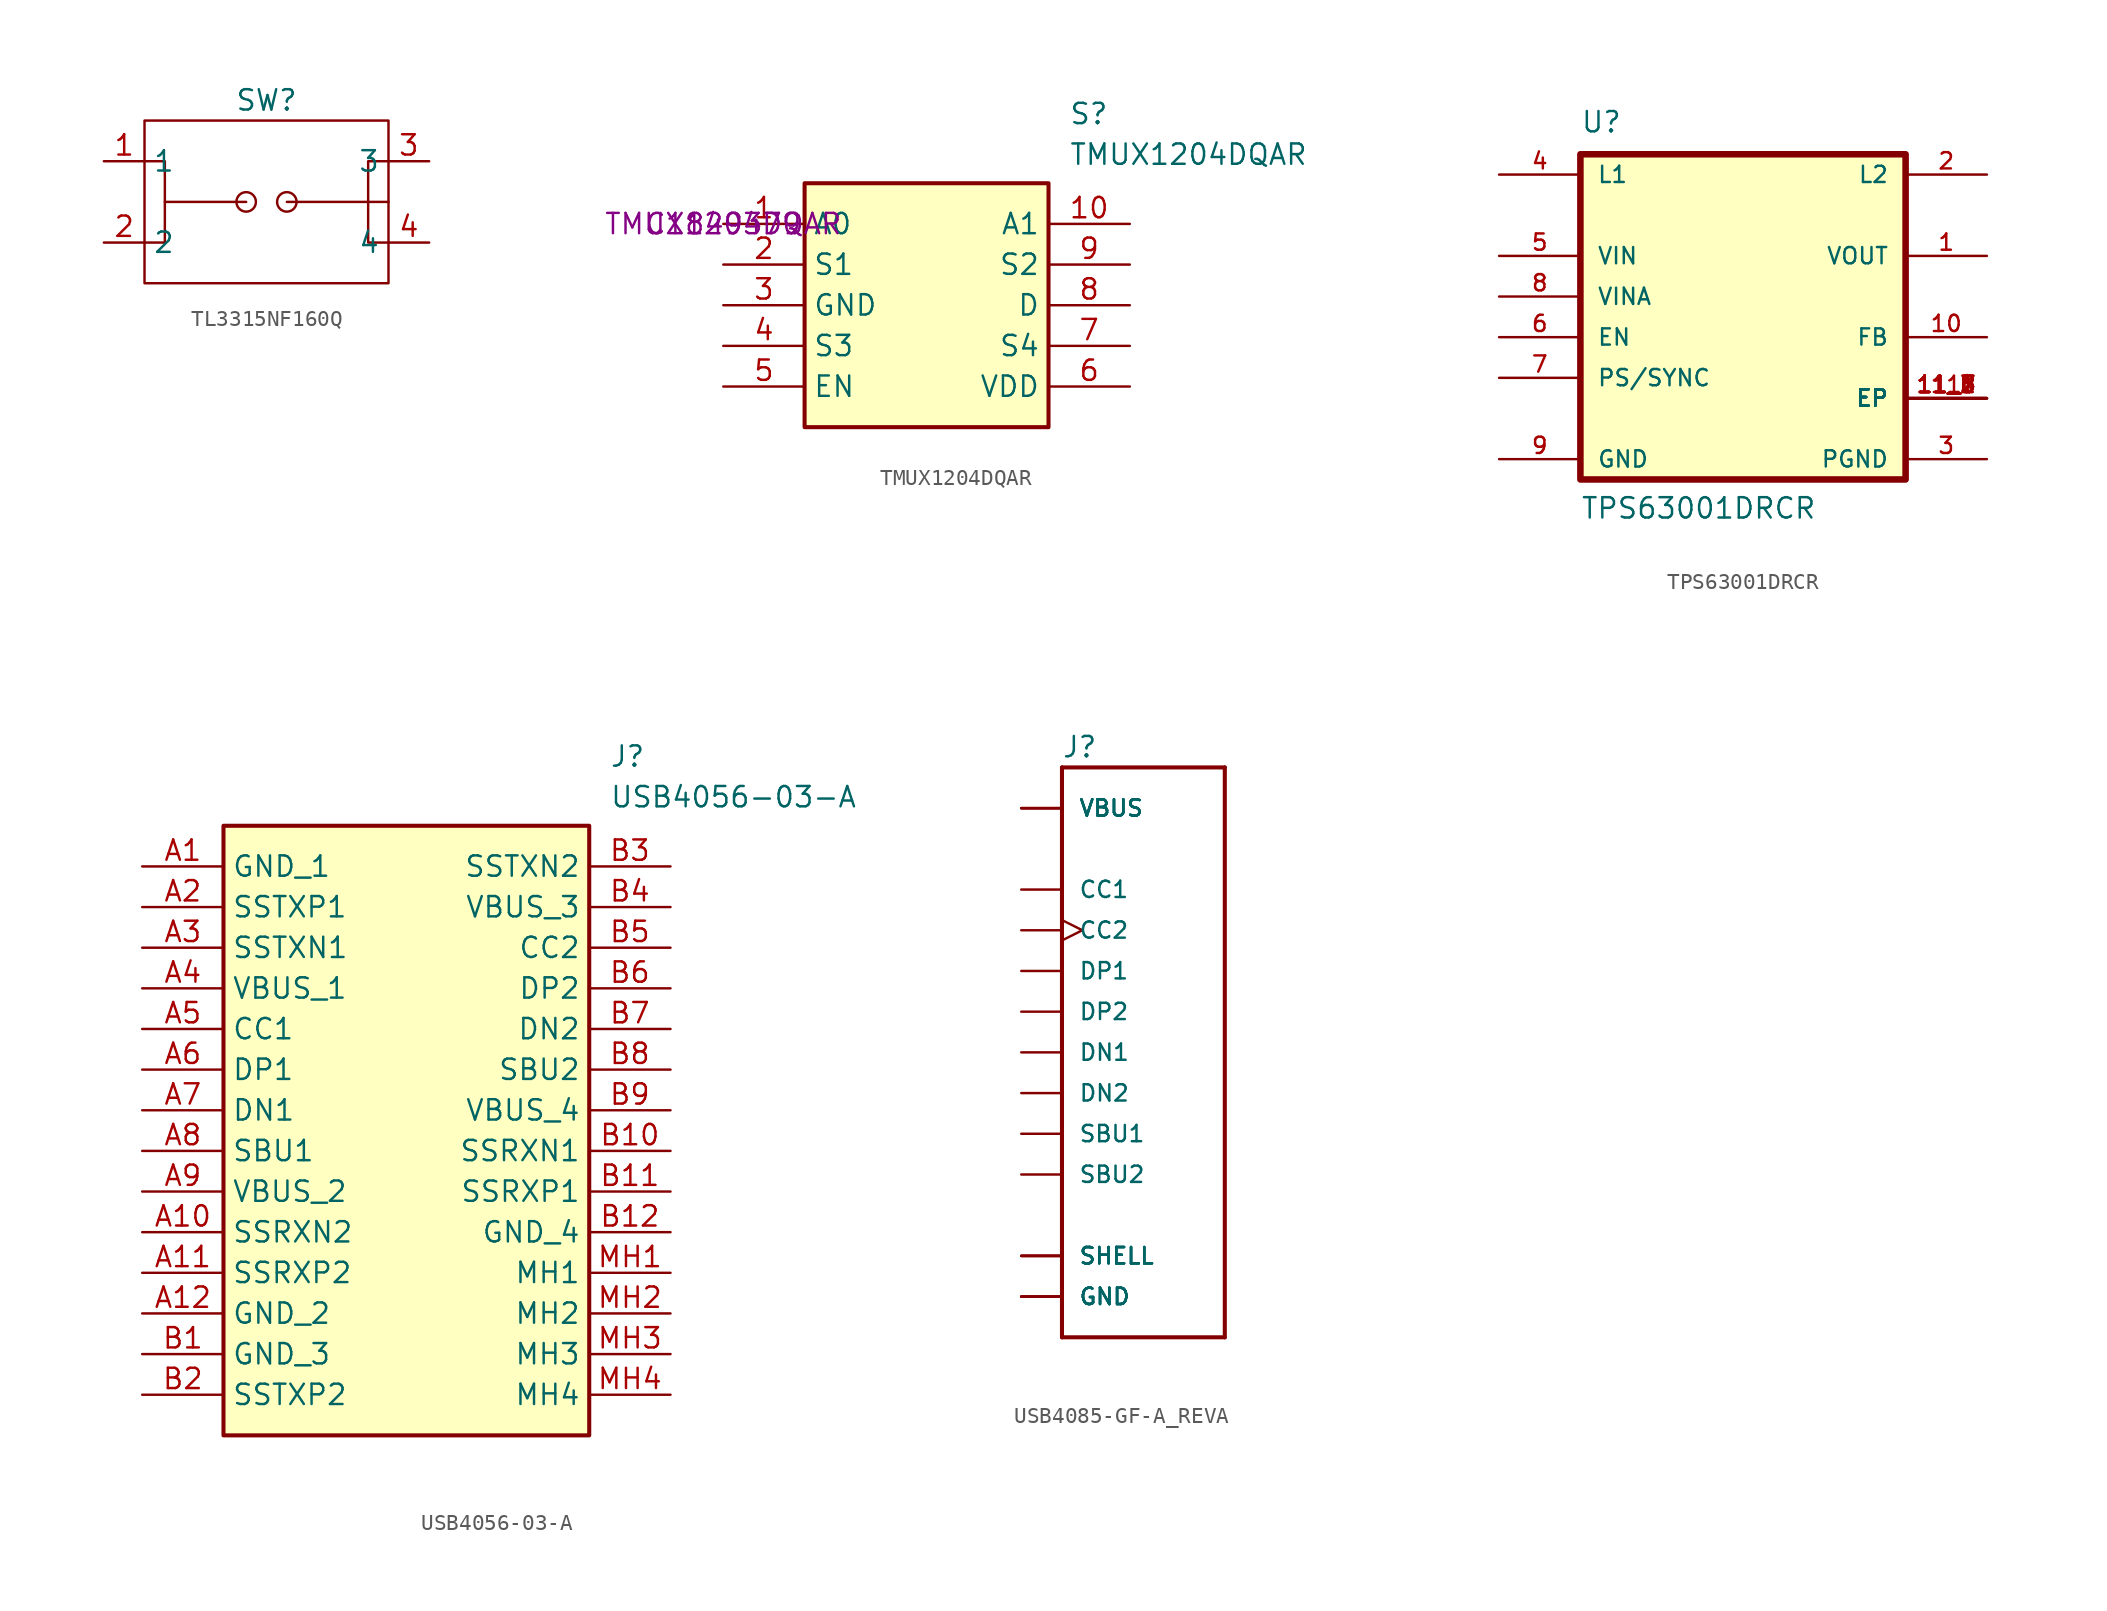
<source format=kicad_sym>
(kicad_symbol_lib
  (version 20241209)
  (generator "kicad_symbol_editor")
  (generator_version "9.0")
  (symbol "TL3315NF160Q"
    (property "Reference" "SW"
      (at 0 6.35 0)
      (effects (font (size 1.27 1.27))))
    (symbol "TL3315NF160Q_0_1"
      (rectangle (start -7.62 5.08) (end 7.62 -5.08) (stroke (width 0) (type default)) (fill (type none)))
      (polyline (pts (xy -7.62 2.54) (xy -6.35 2.54) (xy -6.35 0) (xy -6.35 -2.54) (xy -7.62 -2.54)) (stroke (width 0) (type default)) (fill (type none)))
      (polyline (pts (xy -6.35 0) (xy -1.27 0)) (stroke (width 0) (type default)) (fill (type none)))
      (circle (center -1.27 0) (radius 0.609) (stroke (width 0) (type default)) (fill (type none)))
      (polyline (pts (xy 1.27 0) (xy 7.62 0)) (stroke (width 0) (type default)) (fill (type none)))
      (circle (center 1.27 0) (radius 0.609) (stroke (width 0) (type default)) (fill (type none)))
      (polyline (pts (xy 7.62 2.54) (xy 6.35 2.54) (xy 6.35 0) (xy 6.35 -2.54) (xy 7.62 -2.54)) (stroke (width 0) (type default)) (fill (type none))))
    (symbol "TL3315NF160Q_1_1"
      (pin input line (at -10.16 2.54 0) (length 2.54) (name "1" (effects (font (size 1.27 1.27)))) (number "1" (effects (font (size 1.27 1.27)))))
      (pin input line (at -10.16 -2.54 0) (length 2.54) (name "2" (effects (font (size 1.27 1.27)))) (number "2" (effects (font (size 1.27 1.27)))))
      (pin input line (at 10.16 2.54 180) (length 2.54) (name "3" (effects (font (size 1.27 1.27)))) (number "3" (effects (font (size 1.27 1.27)))))
      (pin input line (at 10.16 -2.54 180) (length 2.54) (name "4" (effects (font (size 1.27 1.27)))) (number "4" (effects (font (size 1.27 1.27)))))))
  (symbol "TMUX1204DQAR"
    (property "Reference" "S"
      (at 21.59 7.62 0)
      (effects (font (size 1.27 1.27)) (justify left top)))
    (property "Value" "TMUX1204DQAR"
      (at 21.59 5.08 0)
      (effects (font (size 1.27 1.27)) (justify left top)))
    (property "MPN" "TMUX1204DQAR"
      (at 0 0 0)
      (effects (font (size 1.27 1.27))))
    (property "LCSC" "C1849379"
      (at 0 0 0)
      (effects (font (size 1.27 1.27))))
    (symbol "TMUX1204DQAR_1_1"
      (rectangle (start 5.08 2.54) (end 20.32 -12.7) (stroke (width 0.254) (type default)) (fill (type background)))
      (pin passive line (at 0 0 0) (length 5.08) (name "A0" (effects (font (size 1.27 1.27)))) (number "1" (effects (font (size 1.27 1.27)))))
      (pin passive line (at 0 -2.54 0) (length 5.08) (name "S1" (effects (font (size 1.27 1.27)))) (number "2" (effects (font (size 1.27 1.27)))))
      (pin passive line (at 0 -5.08 0) (length 5.08) (name "GND" (effects (font (size 1.27 1.27)))) (number "3" (effects (font (size 1.27 1.27)))))
      (pin passive line (at 0 -7.62 0) (length 5.08) (name "S3" (effects (font (size 1.27 1.27)))) (number "4" (effects (font (size 1.27 1.27)))))
      (pin passive line (at 0 -10.16 0) (length 5.08) (name "EN" (effects (font (size 1.27 1.27)))) (number "5" (effects (font (size 1.27 1.27)))))
      (pin passive line (at 25.4 0 180) (length 5.08) (name "A1" (effects (font (size 1.27 1.27)))) (number "10" (effects (font (size 1.27 1.27)))))
      (pin passive line (at 25.4 -2.54 180) (length 5.08) (name "S2" (effects (font (size 1.27 1.27)))) (number "9" (effects (font (size 1.27 1.27)))))
      (pin passive line (at 25.4 -5.08 180) (length 5.08) (name "D" (effects (font (size 1.27 1.27)))) (number "8" (effects (font (size 1.27 1.27)))))
      (pin passive line (at 25.4 -7.62 180) (length 5.08) (name "S4" (effects (font (size 1.27 1.27)))) (number "7" (effects (font (size 1.27 1.27)))))
      (pin passive line (at 25.4 -10.16 180) (length 5.08) (name "VDD" (effects (font (size 1.27 1.27)))) (number "6" (effects (font (size 1.27 1.27)))))))
  (symbol "TPS63001DRCR"
    (pin_names
      (offset 1.016))
    (property "Reference" "U"
      (at -10.16 10.16 0)
      (effects (font (size 1.27 1.27)) (justify left bottom)))
    (property "Value" "TPS63001DRCR"
      (at -10.16 -13.97 0)
      (effects (font (size 1.27 1.27)) (justify left bottom)))
    (symbol "TPS63001DRCR_0_0"
      (rectangle (start -10.16 8.89) (end 10.16 -11.43) (stroke (width 0.41) (type default)) (fill (type background)))
      (pin input line (at -15.24 7.62 0) (length 5.08) (name "L1" (effects (font (size 1.016 1.016)))) (number "4" (effects (font (size 1.016 1.016)))))
      (pin input line (at -15.24 2.54 0) (length 5.08) (name "VIN" (effects (font (size 1.016 1.016)))) (number "5" (effects (font (size 1.016 1.016)))))
      (pin input line (at -15.24 0 0) (length 5.08) (name "VINA" (effects (font (size 1.016 1.016)))) (number "8" (effects (font (size 1.016 1.016)))))
      (pin input line (at -15.24 -2.54 0) (length 5.08) (name "EN" (effects (font (size 1.016 1.016)))) (number "6" (effects (font (size 1.016 1.016)))))
      (pin input line (at -15.24 -5.08 0) (length 5.08) (name "PS/SYNC" (effects (font (size 1.016 1.016)))) (number "7" (effects (font (size 1.016 1.016)))))
      (pin power_in line (at -15.24 -10.16 0) (length 5.08) (name "GND" (effects (font (size 1.016 1.016)))) (number "9" (effects (font (size 1.016 1.016)))))
      (pin input line (at 15.24 7.62 180) (length 5.08) (name "L2" (effects (font (size 1.016 1.016)))) (number "2" (effects (font (size 1.016 1.016)))))
      (pin output line (at 15.24 2.54 180) (length 5.08) (name "VOUT" (effects (font (size 1.016 1.016)))) (number "1" (effects (font (size 1.016 1.016)))))
      (pin input line (at 15.24 -2.54 180) (length 5.08) (name "FB" (effects (font (size 1.016 1.016)))) (number "10" (effects (font (size 1.016 1.016)))))
      (pin power_in line (at 15.24 -6.35 180) (length 5.08) (name "EP" (effects (font (size 1.016 1.016)))) (number "11" (effects (font (size 1.016 1.016)))))
      (pin power_in line (at 15.24 -6.35 180) (length 5.08) (name "EP" (effects (font (size 1.016 1.016)))) (number "11_1" (effects (font (size 1.016 1.016)))))
      (pin power_in line (at 15.24 -6.35 180) (length 5.08) (name "EP" (effects (font (size 1.016 1.016)))) (number "11_2" (effects (font (size 1.016 1.016)))))
      (pin power_in line (at 15.24 -6.35 180) (length 5.08) (name "EP" (effects (font (size 1.016 1.016)))) (number "11_3" (effects (font (size 1.016 1.016)))))
      (pin power_in line (at 15.24 -6.35 180) (length 5.08) (name "EP" (effects (font (size 1.016 1.016)))) (number "11_4" (effects (font (size 1.016 1.016)))))
      (pin power_in line (at 15.24 -6.35 180) (length 5.08) (name "EP" (effects (font (size 1.016 1.016)))) (number "11_5" (effects (font (size 1.016 1.016)))))
      (pin power_in line (at 15.24 -6.35 180) (length 5.08) (name "EP" (effects (font (size 1.016 1.016)))) (number "11_6" (effects (font (size 1.016 1.016)))))
      (pin power_in line (at 15.24 -6.35 180) (length 5.08) (name "EP" (effects (font (size 1.016 1.016)))) (number "11_7" (effects (font (size 1.016 1.016)))))
      (pin power_in line (at 15.24 -6.35 180) (length 5.08) (name "EP" (effects (font (size 1.016 1.016)))) (number "11_8" (effects (font (size 1.016 1.016)))))
      (pin power_in line (at 15.24 -10.16 180) (length 5.08) (name "PGND" (effects (font (size 1.016 1.016)))) (number "3" (effects (font (size 1.016 1.016)))))))
  (symbol "USB4056-03-A"
    (property "Reference" "J"
      (at 29.21 7.62 0)
      (effects (font (size 1.27 1.27)) (justify left top)))
    (property "Value" "USB4056-03-A"
      (at 29.21 5.08 0)
      (effects (font (size 1.27 1.27)) (justify left top)))
    (symbol "USB4056-03-A_1_1"
      (rectangle (start 5.08 2.54) (end 27.94 -35.56) (stroke (width 0.254) (type default)) (fill (type background)))
      (pin passive line (at 0 0 0) (length 5.08) (name "GND_1" (effects (font (size 1.27 1.27)))) (number "A1" (effects (font (size 1.27 1.27)))))
      (pin passive line (at 0 -2.54 0) (length 5.08) (name "SSTXP1" (effects (font (size 1.27 1.27)))) (number "A2" (effects (font (size 1.27 1.27)))))
      (pin passive line (at 0 -5.08 0) (length 5.08) (name "SSTXN1" (effects (font (size 1.27 1.27)))) (number "A3" (effects (font (size 1.27 1.27)))))
      (pin passive line (at 0 -7.62 0) (length 5.08) (name "VBUS_1" (effects (font (size 1.27 1.27)))) (number "A4" (effects (font (size 1.27 1.27)))))
      (pin passive line (at 0 -10.16 0) (length 5.08) (name "CC1" (effects (font (size 1.27 1.27)))) (number "A5" (effects (font (size 1.27 1.27)))))
      (pin passive line (at 0 -12.7 0) (length 5.08) (name "DP1" (effects (font (size 1.27 1.27)))) (number "A6" (effects (font (size 1.27 1.27)))))
      (pin passive line (at 0 -15.24 0) (length 5.08) (name "DN1" (effects (font (size 1.27 1.27)))) (number "A7" (effects (font (size 1.27 1.27)))))
      (pin passive line (at 0 -17.78 0) (length 5.08) (name "SBU1" (effects (font (size 1.27 1.27)))) (number "A8" (effects (font (size 1.27 1.27)))))
      (pin passive line (at 0 -20.32 0) (length 5.08) (name "VBUS_2" (effects (font (size 1.27 1.27)))) (number "A9" (effects (font (size 1.27 1.27)))))
      (pin passive line (at 0 -22.86 0) (length 5.08) (name "SSRXN2" (effects (font (size 1.27 1.27)))) (number "A10" (effects (font (size 1.27 1.27)))))
      (pin passive line (at 0 -25.4 0) (length 5.08) (name "SSRXP2" (effects (font (size 1.27 1.27)))) (number "A11" (effects (font (size 1.27 1.27)))))
      (pin passive line (at 0 -27.94 0) (length 5.08) (name "GND_2" (effects (font (size 1.27 1.27)))) (number "A12" (effects (font (size 1.27 1.27)))))
      (pin passive line (at 0 -30.48 0) (length 5.08) (name "GND_3" (effects (font (size 1.27 1.27)))) (number "B1" (effects (font (size 1.27 1.27)))))
      (pin passive line (at 0 -33.02 0) (length 5.08) (name "SSTXP2" (effects (font (size 1.27 1.27)))) (number "B2" (effects (font (size 1.27 1.27)))))
      (pin passive line (at 33.02 0 180) (length 5.08) (name "SSTXN2" (effects (font (size 1.27 1.27)))) (number "B3" (effects (font (size 1.27 1.27)))))
      (pin passive line (at 33.02 -2.54 180) (length 5.08) (name "VBUS_3" (effects (font (size 1.27 1.27)))) (number "B4" (effects (font (size 1.27 1.27)))))
      (pin passive line (at 33.02 -5.08 180) (length 5.08) (name "CC2" (effects (font (size 1.27 1.27)))) (number "B5" (effects (font (size 1.27 1.27)))))
      (pin passive line (at 33.02 -7.62 180) (length 5.08) (name "DP2" (effects (font (size 1.27 1.27)))) (number "B6" (effects (font (size 1.27 1.27)))))
      (pin passive line (at 33.02 -10.16 180) (length 5.08) (name "DN2" (effects (font (size 1.27 1.27)))) (number "B7" (effects (font (size 1.27 1.27)))))
      (pin passive line (at 33.02 -12.7 180) (length 5.08) (name "SBU2" (effects (font (size 1.27 1.27)))) (number "B8" (effects (font (size 1.27 1.27)))))
      (pin passive line (at 33.02 -15.24 180) (length 5.08) (name "VBUS_4" (effects (font (size 1.27 1.27)))) (number "B9" (effects (font (size 1.27 1.27)))))
      (pin passive line (at 33.02 -17.78 180) (length 5.08) (name "SSRXN1" (effects (font (size 1.27 1.27)))) (number "B10" (effects (font (size 1.27 1.27)))))
      (pin passive line (at 33.02 -20.32 180) (length 5.08) (name "SSRXP1" (effects (font (size 1.27 1.27)))) (number "B11" (effects (font (size 1.27 1.27)))))
      (pin passive line (at 33.02 -22.86 180) (length 5.08) (name "GND_4" (effects (font (size 1.27 1.27)))) (number "B12" (effects (font (size 1.27 1.27)))))
      (pin passive line (at 33.02 -25.4 180) (length 5.08) (name "MH1" (effects (font (size 1.27 1.27)))) (number "MH1" (effects (font (size 1.27 1.27)))))
      (pin passive line (at 33.02 -27.94 180) (length 5.08) (name "MH2" (effects (font (size 1.27 1.27)))) (number "MH2" (effects (font (size 1.27 1.27)))))
      (pin passive line (at 33.02 -30.48 180) (length 5.08) (name "MH3" (effects (font (size 1.27 1.27)))) (number "MH3" (effects (font (size 1.27 1.27)))))
      (pin passive line (at 33.02 -33.02 180) (length 5.08) (name "MH4" (effects (font (size 1.27 1.27)))) (number "MH4" (effects (font (size 1.27 1.27)))))))
  (symbol "USB4085-GF-A_REVA"
    (pin_numbers
      (hide yes))
    (pin_names
      (offset 1.016))
    (property "Reference" "J"
      (at -5.105 18.313 0)
      (effects (font (size 1.27 1.27)) (justify left bottom)))
    (symbol "USB4085-GF-A_REVA_0_0"
      (polyline (pts (xy -5.08 17.78) (xy 5.08 17.78)) (stroke (width 0.254) (type default)) (fill (type none)))
      (polyline (pts (xy -5.08 -17.78) (xy -5.08 17.78)) (stroke (width 0.254) (type default)) (fill (type none)))
      (polyline (pts (xy 5.08 17.78) (xy 5.08 -17.78)) (stroke (width 0.254) (type default)) (fill (type none)))
      (polyline (pts (xy 5.08 -17.78) (xy -5.08 -17.78)) (stroke (width 0.254) (type default)) (fill (type none)))
      (pin power_in line (at -7.62 15.24 0) (length 2.54) (name "VBUS" (effects (font (size 1.016 1.016)))) (number "A4" (effects (font (size 1.016 1.016)))))
      (pin power_in line (at -7.62 15.24 0) (length 2.54) (name "VBUS" (effects (font (size 1.016 1.016)))) (number "A9" (effects (font (size 1.016 1.016)))))
      (pin power_in line (at -7.62 15.24 0) (length 2.54) (name "VBUS" (effects (font (size 1.016 1.016)))) (number "B4" (effects (font (size 1.016 1.016)))))
      (pin power_in line (at -7.62 15.24 0) (length 2.54) (name "VBUS" (effects (font (size 1.016 1.016)))) (number "B9" (effects (font (size 1.016 1.016)))))
      (pin bidirectional line (at -7.62 10.16 0) (length 2.54) (name "CC1" (effects (font (size 1.016 1.016)))) (number "A5" (effects (font (size 1.016 1.016)))))
      (pin bidirectional clock (at -7.62 7.62 0) (length 2.54) (name "CC2" (effects (font (size 1.016 1.016)))) (number "B5" (effects (font (size 1.016 1.016)))))
      (pin bidirectional line (at -7.62 5.08 0) (length 2.54) (name "DP1" (effects (font (size 1.016 1.016)))) (number "A6" (effects (font (size 1.016 1.016)))))
      (pin bidirectional line (at -7.62 2.54 0) (length 2.54) (name "DP2" (effects (font (size 1.016 1.016)))) (number "B6" (effects (font (size 1.016 1.016)))))
      (pin bidirectional line (at -7.62 0 0) (length 2.54) (name "DN1" (effects (font (size 1.016 1.016)))) (number "A7" (effects (font (size 1.016 1.016)))))
      (pin bidirectional line (at -7.62 -2.54 0) (length 2.54) (name "DN2" (effects (font (size 1.016 1.016)))) (number "B7" (effects (font (size 1.016 1.016)))))
      (pin bidirectional line (at -7.62 -5.08 0) (length 2.54) (name "SBU1" (effects (font (size 1.016 1.016)))) (number "A8" (effects (font (size 1.016 1.016)))))
      (pin bidirectional line (at -7.62 -7.62 0) (length 2.54) (name "SBU2" (effects (font (size 1.016 1.016)))) (number "B8" (effects (font (size 1.016 1.016)))))
      (pin passive line (at -7.62 -12.7 0) (length 2.54) (name "SHELL" (effects (font (size 1.016 1.016)))) (number "P1" (effects (font (size 1.016 1.016)))))
      (pin passive line (at -7.62 -12.7 0) (length 2.54) (name "SHELL" (effects (font (size 1.016 1.016)))) (number "P2" (effects (font (size 1.016 1.016)))))
      (pin passive line (at -7.62 -12.7 0) (length 2.54) (name "SHELL" (effects (font (size 1.016 1.016)))) (number "P3" (effects (font (size 1.016 1.016)))))
      (pin passive line (at -7.62 -12.7 0) (length 2.54) (name "SHELL" (effects (font (size 1.016 1.016)))) (number "P4" (effects (font (size 1.016 1.016)))))
      (pin passive line (at -7.62 -15.24 0) (length 2.54) (name "GND" (effects (font (size 1.016 1.016)))) (number "A1" (effects (font (size 1.016 1.016)))))
      (pin passive line (at -7.62 -15.24 0) (length 2.54) (name "GND" (effects (font (size 1.016 1.016)))) (number "A12" (effects (font (size 1.016 1.016)))))
      (pin passive line (at -7.62 -15.24 0) (length 2.54) (name "GND" (effects (font (size 1.016 1.016)))) (number "B1" (effects (font (size 1.016 1.016)))))
      (pin passive line (at -7.62 -15.24 0) (length 2.54) (name "GND" (effects (font (size 1.016 1.016)))) (number "B12" (effects (font (size 1.016 1.016))))))))
</source>
